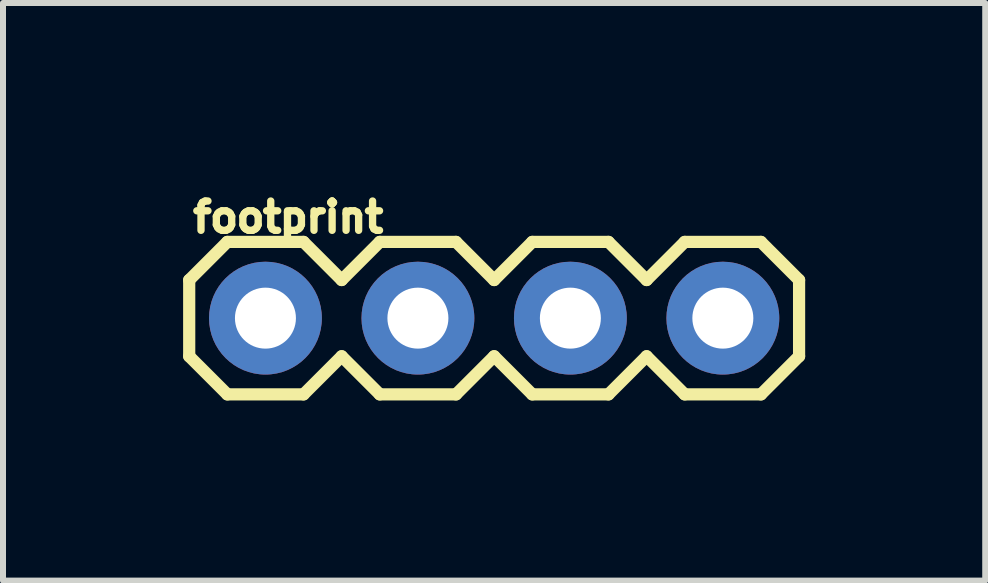
<source format=kicad_pcb>
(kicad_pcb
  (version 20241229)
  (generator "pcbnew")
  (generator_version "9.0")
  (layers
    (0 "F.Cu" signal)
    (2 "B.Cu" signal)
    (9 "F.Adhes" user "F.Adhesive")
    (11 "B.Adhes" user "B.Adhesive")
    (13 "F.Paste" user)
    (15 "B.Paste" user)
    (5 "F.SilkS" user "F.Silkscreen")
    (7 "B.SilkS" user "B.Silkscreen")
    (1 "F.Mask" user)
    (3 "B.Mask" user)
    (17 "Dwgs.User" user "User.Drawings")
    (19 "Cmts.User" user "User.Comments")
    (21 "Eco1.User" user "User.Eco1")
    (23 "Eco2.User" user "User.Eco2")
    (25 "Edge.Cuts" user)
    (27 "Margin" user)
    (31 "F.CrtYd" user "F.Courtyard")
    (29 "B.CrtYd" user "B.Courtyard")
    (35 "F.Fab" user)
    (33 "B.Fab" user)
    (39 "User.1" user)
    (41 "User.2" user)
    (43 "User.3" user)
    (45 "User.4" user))
  (footprint "footprint"
    (layer "F.Cu")
    (at 1.372 2.25)
    (property "Reference" "footprint" (at -1.27 -1.397 0) (layer "F.SilkS") (effects (font (size 0.488 0.488) (thickness 0.122)) (justify left bottom)))
    (fp_line (start -1.27 -0.635) (end -1.27 0.635) (stroke (width 0.203) (type solid)) (layer "F.SilkS"))
    (fp_line (start -1.27 0.635) (end -0.635 1.27) (stroke (width 0.203) (type solid)) (layer "F.SilkS"))
    (fp_line (start -0.635 -1.27) (end -1.27 -0.635) (stroke (width 0.203) (type solid)) (layer "F.SilkS"))
    (fp_line (start -0.635 -1.27) (end 0.635 -1.27) (stroke (width 0.203) (type solid)) (layer "F.SilkS"))
    (fp_line (start 0.635 -1.27) (end 1.27 -0.635) (stroke (width 0.203) (type solid)) (layer "F.SilkS"))
    (fp_line (start 0.635 1.27) (end -0.635 1.27) (stroke (width 0.203) (type solid)) (layer "F.SilkS"))
    (fp_line (start 1.27 -0.635) (end 1.905 -1.27) (stroke (width 0.203) (type solid)) (layer "F.SilkS"))
    (fp_line (start 1.27 0.635) (end 0.635 1.27) (stroke (width 0.203) (type solid)) (layer "F.SilkS"))
    (fp_line (start 1.905 -1.27) (end 3.175 -1.27) (stroke (width 0.203) (type solid)) (layer "F.SilkS"))
    (fp_line (start 1.905 1.27) (end 1.27 0.635) (stroke (width 0.203) (type solid)) (layer "F.SilkS"))
    (fp_line (start 3.175 -1.27) (end 3.81 -0.635) (stroke (width 0.203) (type solid)) (layer "F.SilkS"))
    (fp_line (start 3.175 1.27) (end 1.905 1.27) (stroke (width 0.203) (type solid)) (layer "F.SilkS"))
    (fp_line (start 3.81 -0.635) (end 4.445 -1.27) (stroke (width 0.203) (type solid)) (layer "F.SilkS"))
    (fp_line (start 3.81 0.635) (end 3.175 1.27) (stroke (width 0.203) (type solid)) (layer "F.SilkS"))
    (fp_line (start 4.445 -1.27) (end 5.715 -1.27) (stroke (width 0.203) (type solid)) (layer "F.SilkS"))
    (fp_line (start 4.445 1.27) (end 3.81 0.635) (stroke (width 0.203) (type solid)) (layer "F.SilkS"))
    (fp_line (start 5.715 -1.27) (end 6.35 -0.635) (stroke (width 0.203) (type solid)) (layer "F.SilkS"))
    (fp_line (start 5.715 1.27) (end 4.445 1.27) (stroke (width 0.203) (type solid)) (layer "F.SilkS"))
    (fp_line (start 6.35 0.635) (end 5.715 1.27) (stroke (width 0.203) (type solid)) (layer "F.SilkS"))
    (fp_line (start 6.35 0.635) (end 6.985 1.27) (stroke (width 0.203) (type solid)) (layer "F.SilkS"))
    (fp_line (start 6.985 -1.27) (end 6.35 -0.635) (stroke (width 0.203) (type solid)) (layer "F.SilkS"))
    (fp_line (start 6.985 -1.27) (end 8.255 -1.27) (stroke (width 0.203) (type solid)) (layer "F.SilkS"))
    (fp_line (start 8.255 -1.27) (end 8.89 -0.635) (stroke (width 0.203) (type solid)) (layer "F.SilkS"))
    (fp_line (start 8.255 1.27) (end 6.985 1.27) (stroke (width 0.203) (type solid)) (layer "F.SilkS"))
    (fp_line (start 8.89 -0.635) (end 8.89 0.635) (stroke (width 0.203) (type solid)) (layer "F.SilkS"))
    (fp_line (start 8.89 0.635) (end 8.255 1.27) (stroke (width 0.203) (type solid)) (layer "F.SilkS"))
    (fp_poly (pts (xy -0.254 0.254) (xy 0.254 0.254) (xy 0.254 -0.254) (xy -0.254 -0.254)) (stroke (width 0.1) (type solid)) (fill no) (layer "F.Fab"))
    (fp_poly (pts (xy 2.286 0.254) (xy 2.794 0.254) (xy 2.794 -0.254) (xy 2.286 -0.254)) (stroke (width 0.1) (type solid)) (fill no) (layer "F.Fab"))
    (fp_poly (pts (xy 4.826 0.254) (xy 5.334 0.254) (xy 5.334 -0.254) (xy 4.826 -0.254)) (stroke (width 0.1) (type solid)) (fill no) (layer "F.Fab"))
    (fp_poly (pts (xy 7.366 0.254) (xy 7.874 0.254) (xy 7.874 -0.254) (xy 7.366 -0.254)) (stroke (width 0.1) (type solid)) (fill no) (layer "F.Fab"))
    (pad "1" thru_hole circle (at 0 0 90) (size 1.88 1.88) (drill 1.016) (layers "*.Cu" "*.Mask"))
    (pad "2" thru_hole circle (at 2.54 0 90) (size 1.88 1.88) (drill 1.016) (layers "*.Cu" "*.Mask"))
    (pad "3" thru_hole circle (at 5.08 0 90) (size 1.88 1.88) (drill 1.016) (layers "*.Cu" "*.Mask"))
    (pad "4" thru_hole circle (at 7.62 0 90) (size 1.88 1.88) (drill 1.016) (layers "*.Cu" "*.Mask")))
  (gr_rect
    (start -3 -3)
    (end 13.363 6.622)
    (stroke (width 0.1) (type default))
    (fill no)
    (layer "Edge.Cuts")))
</source>
